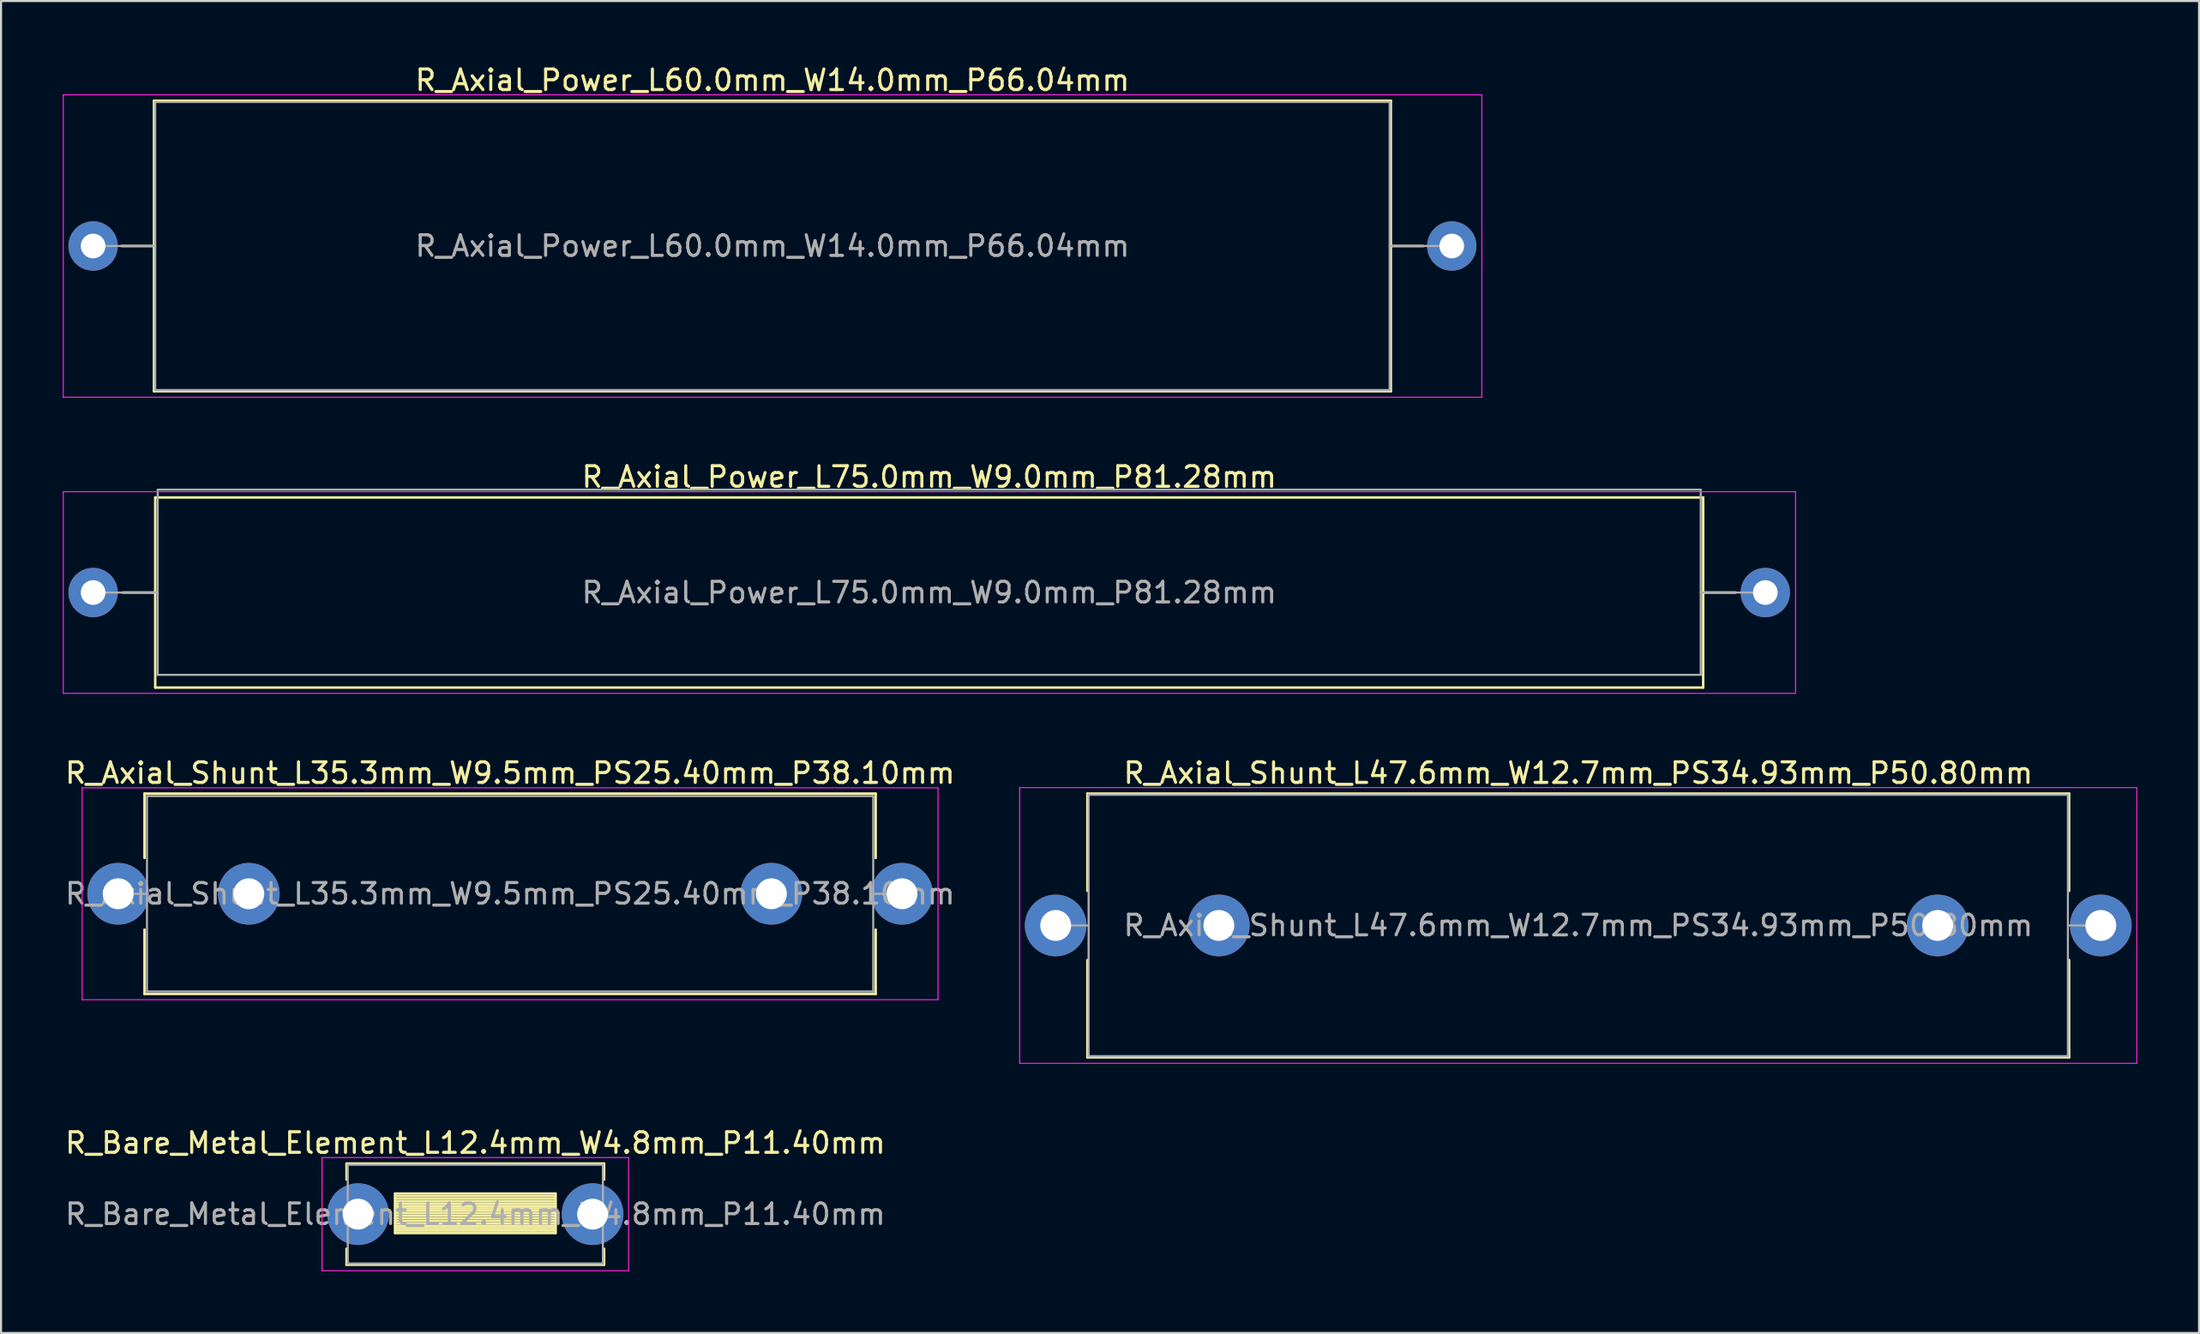
<source format=kicad_pcb>
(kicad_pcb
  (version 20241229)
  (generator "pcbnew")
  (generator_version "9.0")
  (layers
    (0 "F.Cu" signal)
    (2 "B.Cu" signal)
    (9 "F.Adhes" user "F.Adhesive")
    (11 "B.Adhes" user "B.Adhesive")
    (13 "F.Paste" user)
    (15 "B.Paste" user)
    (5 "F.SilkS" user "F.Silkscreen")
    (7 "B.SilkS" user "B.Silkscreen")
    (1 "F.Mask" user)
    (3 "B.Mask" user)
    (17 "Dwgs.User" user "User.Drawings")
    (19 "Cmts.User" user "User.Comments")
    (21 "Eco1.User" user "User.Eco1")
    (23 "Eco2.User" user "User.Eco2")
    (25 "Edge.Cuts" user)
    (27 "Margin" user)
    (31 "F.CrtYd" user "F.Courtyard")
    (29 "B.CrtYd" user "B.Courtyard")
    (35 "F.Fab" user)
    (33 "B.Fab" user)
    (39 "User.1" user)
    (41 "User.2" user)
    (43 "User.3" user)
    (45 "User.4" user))
  (footprint "R_Axial_Power_L60.0mm_W14.0mm_P66.04mm"
    (layer "F.Cu")
    (at 1.475 8.908)
    (property "Reference" "R_Axial_Power_L60.0mm_W14.0mm_P66.04mm" (at 33.02 -8.06 0) (layer "F.SilkS") (effects (font (size 1 1) (thickness 0.15))))
    (attr through_hole)
    (fp_line (start 1.38 0) (end 2.96 0) (stroke (width 0.12) (type solid)) (layer "F.SilkS"))
    (fp_line (start 2.96 -7.06) (end 2.96 7.06) (stroke (width 0.12) (type solid)) (layer "F.SilkS"))
    (fp_line (start 2.96 7.06) (end 63.08 7.06) (stroke (width 0.12) (type solid)) (layer "F.SilkS"))
    (fp_line (start 63.08 -7.06) (end 2.96 -7.06) (stroke (width 0.12) (type solid)) (layer "F.SilkS"))
    (fp_line (start 63.08 7.06) (end 63.08 -7.06) (stroke (width 0.12) (type solid)) (layer "F.SilkS"))
    (fp_line (start 64.66 0) (end 63.08 0) (stroke (width 0.12) (type solid)) (layer "F.SilkS"))
    (fp_line (start -1.45 -7.35) (end -1.45 7.35) (stroke (width 0.05) (type solid)) (layer "F.CrtYd"))
    (fp_line (start -1.45 7.35) (end 67.5 7.35) (stroke (width 0.05) (type solid)) (layer "F.CrtYd"))
    (fp_line (start 67.5 -7.35) (end -1.45 -7.35) (stroke (width 0.05) (type solid)) (layer "F.CrtYd"))
    (fp_line (start 67.5 7.35) (end 67.5 -7.35) (stroke (width 0.05) (type solid)) (layer "F.CrtYd"))
    (fp_line (start 0 0) (end 3.02 0) (stroke (width 0.1) (type solid)) (layer "F.Fab"))
    (fp_line (start 3.02 -7) (end 3.02 7) (stroke (width 0.1) (type solid)) (layer "F.Fab"))
    (fp_line (start 3.02 7) (end 63.02 7) (stroke (width 0.1) (type solid)) (layer "F.Fab"))
    (fp_line (start 63.02 -7) (end 3.02 -7) (stroke (width 0.1) (type solid)) (layer "F.Fab"))
    (fp_line (start 63.02 7) (end 63.02 -7) (stroke (width 0.1) (type solid)) (layer "F.Fab"))
    (fp_line (start 66.04 0) (end 63.02 0) (stroke (width 0.1) (type solid)) (layer "F.Fab"))
    (fp_text user "${REFERENCE}" (at 33.02 0 0) (layer "F.Fab") (effects (font (size 1 1) (thickness 0.15))))
    (pad "1" thru_hole circle (at 0 0) (size 2.4 2.4) (drill 1.2) (layers "*.Cu" "*.Mask"))
    (pad "2" thru_hole oval (at 66.04 0) (size 2.4 2.4) (drill 1.2) (layers "*.Cu" "*.Mask")))
  (footprint "R_Bare_Metal_Element_L12.4mm_W4.8mm_P11.40mm"
    (layer "F.Cu")
    (at 14.354 55.968)
    (property "Reference" "R_Bare_Metal_Element_L12.4mm_W4.8mm_P11.40mm" (at 5.7 -3.46 0) (layer "F.SilkS") (effects (font (size 1 1) (thickness 0.15))))
    (attr through_hole)
    (fp_line (start -0.56 -2.46) (end 11.96 -2.46) (stroke (width 0.12) (type solid)) (layer "F.SilkS"))
    (fp_line (start -0.56 -1.68) (end -0.56 -2.46) (stroke (width 0.12) (type solid)) (layer "F.SilkS"))
    (fp_line (start -0.56 1.68) (end -0.56 2.46) (stroke (width 0.12) (type solid)) (layer "F.SilkS"))
    (fp_line (start -0.56 2.46) (end 11.96 2.46) (stroke (width 0.12) (type solid)) (layer "F.SilkS"))
    (fp_line (start 1.8 -1) (end 1.8 0.92) (stroke (width 0.12) (type solid)) (layer "F.SilkS"))
    (fp_line (start 1.8 -1) (end 9.6 -1) (stroke (width 0.12) (type solid)) (layer "F.SilkS"))
    (fp_line (start 1.8 -0.88) (end 9.6 -0.88) (stroke (width 0.12) (type solid)) (layer "F.SilkS"))
    (fp_line (start 1.8 -0.76) (end 9.6 -0.76) (stroke (width 0.12) (type solid)) (layer "F.SilkS"))
    (fp_line (start 1.8 -0.64) (end 9.6 -0.64) (stroke (width 0.12) (type solid)) (layer "F.SilkS"))
    (fp_line (start 1.8 -0.52) (end 9.6 -0.52) (stroke (width 0.12) (type solid)) (layer "F.SilkS"))
    (fp_line (start 1.8 -0.4) (end 9.6 -0.4) (stroke (width 0.12) (type solid)) (layer "F.SilkS"))
    (fp_line (start 1.8 -0.28) (end 9.6 -0.28) (stroke (width 0.12) (type solid)) (layer "F.SilkS"))
    (fp_line (start 1.8 -0.16) (end 9.6 -0.16) (stroke (width 0.12) (type solid)) (layer "F.SilkS"))
    (fp_line (start 1.8 -0.04) (end 9.6 -0.04) (stroke (width 0.12) (type solid)) (layer "F.SilkS"))
    (fp_line (start 1.8 0.08) (end 9.6 0.08) (stroke (width 0.12) (type solid)) (layer "F.SilkS"))
    (fp_line (start 1.8 0.2) (end 9.6 0.2) (stroke (width 0.12) (type solid)) (layer "F.SilkS"))
    (fp_line (start 1.8 0.32) (end 9.6 0.32) (stroke (width 0.12) (type solid)) (layer "F.SilkS"))
    (fp_line (start 1.8 0.44) (end 9.6 0.44) (stroke (width 0.12) (type solid)) (layer "F.SilkS"))
    (fp_line (start 1.8 0.56) (end 9.6 0.56) (stroke (width 0.12) (type solid)) (layer "F.SilkS"))
    (fp_line (start 1.8 0.68) (end 9.6 0.68) (stroke (width 0.12) (type solid)) (layer "F.SilkS"))
    (fp_line (start 1.8 0.8) (end 9.6 0.8) (stroke (width 0.12) (type solid)) (layer "F.SilkS"))
    (fp_line (start 1.8 0.92) (end 9.6 0.92) (stroke (width 0.12) (type solid)) (layer "F.SilkS"))
    (fp_line (start 9.6 -1) (end 9.6 0.92) (stroke (width 0.12) (type solid)) (layer "F.SilkS"))
    (fp_line (start 11.96 -2.46) (end 11.96 -1.68) (stroke (width 0.12) (type solid)) (layer "F.SilkS"))
    (fp_line (start 11.96 2.46) (end 11.96 1.68) (stroke (width 0.12) (type solid)) (layer "F.SilkS"))
    (fp_line (start -1.75 -2.75) (end -1.75 2.75) (stroke (width 0.05) (type solid)) (layer "F.CrtYd"))
    (fp_line (start -1.75 2.75) (end 13.15 2.75) (stroke (width 0.05) (type solid)) (layer "F.CrtYd"))
    (fp_line (start 13.15 -2.75) (end -1.75 -2.75) (stroke (width 0.05) (type solid)) (layer "F.CrtYd"))
    (fp_line (start 13.15 2.75) (end 13.15 -2.75) (stroke (width 0.05) (type solid)) (layer "F.CrtYd"))
    (fp_line (start -0.5 -2.4) (end -0.5 2.4) (stroke (width 0.1) (type solid)) (layer "F.Fab"))
    (fp_line (start -0.5 2.4) (end 11.9 2.4) (stroke (width 0.1) (type solid)) (layer "F.Fab"))
    (fp_line (start 11.9 -2.4) (end -0.5 -2.4) (stroke (width 0.1) (type solid)) (layer "F.Fab"))
    (fp_line (start 11.9 2.4) (end 11.9 -2.4) (stroke (width 0.1) (type solid)) (layer "F.Fab"))
    (fp_text user "${REFERENCE}" (at 5.7 0 0) (layer "F.Fab") (effects (font (size 1 1) (thickness 0.15))))
    (pad "1" thru_hole circle (at 0 0) (size 3 3) (drill 1.5) (layers "*.Cu" "*.Mask"))
    (pad "2" thru_hole oval (at 11.4 0) (size 3 3) (drill 1.5) (layers "*.Cu" "*.Mask")))
  (footprint "R_Axial_Shunt_L35.3mm_W9.5mm_PS25.40mm_P38.10mm"
    (layer "F.Cu")
    (at 2.694 40.395)
    (property "Reference" "R_Axial_Shunt_L35.3mm_W9.5mm_PS25.40mm_P38.10mm" (at 19.05 -5.87 0) (layer "F.SilkS") (effects (font (size 1 1) (thickness 0.15))))
    (attr through_hole)
    (fp_line (start 1.28 -4.87) (end 36.82 -4.87) (stroke (width 0.12) (type solid)) (layer "F.SilkS"))
    (fp_line (start 1.28 -1.74) (end 1.28 -4.87) (stroke (width 0.12) (type solid)) (layer "F.SilkS"))
    (fp_line (start 1.28 1.74) (end 1.28 4.87) (stroke (width 0.12) (type solid)) (layer "F.SilkS"))
    (fp_line (start 1.28 4.87) (end 36.82 4.87) (stroke (width 0.12) (type solid)) (layer "F.SilkS"))
    (fp_line (start 36.82 -4.87) (end 36.82 -1.74) (stroke (width 0.12) (type solid)) (layer "F.SilkS"))
    (fp_line (start 36.82 4.87) (end 36.82 1.74) (stroke (width 0.12) (type solid)) (layer "F.SilkS"))
    (fp_line (start -1.75 -5.15) (end -1.75 5.15) (stroke (width 0.05) (type solid)) (layer "F.CrtYd"))
    (fp_line (start -1.75 5.15) (end 39.85 5.15) (stroke (width 0.05) (type solid)) (layer "F.CrtYd"))
    (fp_line (start 39.85 -5.15) (end -1.75 -5.15) (stroke (width 0.05) (type solid)) (layer "F.CrtYd"))
    (fp_line (start 39.85 5.15) (end 39.85 -5.15) (stroke (width 0.05) (type solid)) (layer "F.CrtYd"))
    (fp_line (start 0 0) (end 1.4 0) (stroke (width 0.1) (type solid)) (layer "F.Fab"))
    (fp_line (start 1.4 -4.75) (end 1.4 4.75) (stroke (width 0.1) (type solid)) (layer "F.Fab"))
    (fp_line (start 1.4 4.75) (end 36.7 4.75) (stroke (width 0.1) (type solid)) (layer "F.Fab"))
    (fp_line (start 36.7 -4.75) (end 1.4 -4.75) (stroke (width 0.1) (type solid)) (layer "F.Fab"))
    (fp_line (start 36.7 4.75) (end 36.7 -4.75) (stroke (width 0.1) (type solid)) (layer "F.Fab"))
    (fp_line (start 38.1 0) (end 36.7 0) (stroke (width 0.1) (type solid)) (layer "F.Fab"))
    (fp_text user "${REFERENCE}" (at 19.05 0 0) (layer "F.Fab") (effects (font (size 1 1) (thickness 0.15))))
    (pad "1" thru_hole circle (at 0 0) (size 3 3) (drill 1.5) (layers "*.Cu" "*.Mask"))
    (pad "2" thru_hole oval (at 6.35 0) (size 3 3) (drill 1.5) (layers "*.Cu" "*.Mask"))
    (pad "3" thru_hole oval (at 31.75 0) (size 3 3) (drill 1.5) (layers "*.Cu" "*.Mask"))
    (pad "4" thru_hole oval (at 38.1 0) (size 3 3) (drill 1.5) (layers "*.Cu" "*.Mask")))
  (footprint "R_Axial_Power_L75.0mm_W9.0mm_P81.28mm"
    (layer "F.Cu")
    (at 1.475 25.752)
    (property "Reference" "R_Axial_Power_L75.0mm_W9.0mm_P81.28mm" (at 40.64 -5.62 0) (layer "F.SilkS") (effects (font (size 1 1) (thickness 0.15))))
    (attr through_hole)
    (fp_line (start 1.44 0) (end 3.02 0) (stroke (width 0.12) (type solid)) (layer "F.SilkS"))
    (fp_line (start 3.02 -4.62) (end 3.02 4.62) (stroke (width 0.12) (type solid)) (layer "F.SilkS"))
    (fp_line (start 3.02 4.62) (end 78.26 4.62) (stroke (width 0.12) (type solid)) (layer "F.SilkS"))
    (fp_line (start 78.26 -4.62) (end 3.02 -4.62) (stroke (width 0.12) (type solid)) (layer "F.SilkS"))
    (fp_line (start 78.26 4.62) (end 78.26 -4.62) (stroke (width 0.12) (type solid)) (layer "F.SilkS"))
    (fp_line (start 79.84 0) (end 78.26 0) (stroke (width 0.12) (type solid)) (layer "F.SilkS"))
    (fp_line (start -1.45 -4.9) (end -1.45 4.9) (stroke (width 0.05) (type solid)) (layer "F.CrtYd"))
    (fp_line (start -1.45 4.9) (end 82.75 4.9) (stroke (width 0.05) (type solid)) (layer "F.CrtYd"))
    (fp_line (start 82.75 -4.9) (end -1.45 -4.9) (stroke (width 0.05) (type solid)) (layer "F.CrtYd"))
    (fp_line (start 82.75 4.9) (end 82.75 -4.9) (stroke (width 0.05) (type solid)) (layer "F.CrtYd"))
    (fp_line (start 0 0) (end 3.14 0) (stroke (width 0.1) (type solid)) (layer "F.Fab"))
    (fp_line (start 3.14 -5) (end 3.14 4) (stroke (width 0.1) (type solid)) (layer "F.Fab"))
    (fp_line (start 3.14 4) (end 78.14 4) (stroke (width 0.1) (type solid)) (layer "F.Fab"))
    (fp_line (start 78.14 -5) (end 3.14 -5) (stroke (width 0.1) (type solid)) (layer "F.Fab"))
    (fp_line (start 78.14 4) (end 78.14 -5) (stroke (width 0.1) (type solid)) (layer "F.Fab"))
    (fp_line (start 81.28 0) (end 78.14 0) (stroke (width 0.1) (type solid)) (layer "F.Fab"))
    (fp_text user "${REFERENCE}" (at 40.64 0 0) (layer "F.Fab") (effects (font (size 1 1) (thickness 0.15))))
    (pad "1" thru_hole circle (at 0 0) (size 2.4 2.4) (drill 1.2) (layers "*.Cu" "*.Mask"))
    (pad "2" thru_hole oval (at 81.28 0) (size 2.4 2.4) (drill 1.2) (layers "*.Cu" "*.Mask")))
  (footprint "R_Axial_Shunt_L47.6mm_W12.7mm_PS34.93mm_P50.80mm"
    (layer "F.Cu")
    (at 48.263 41.935)
    (property "Reference" "R_Axial_Shunt_L47.6mm_W12.7mm_PS34.93mm_P50.80mm" (at 25.4 -7.41 0) (layer "F.SilkS") (effects (font (size 1 1) (thickness 0.15))))
    (attr through_hole)
    (fp_line (start 1.54 -6.41) (end 49.26 -6.41) (stroke (width 0.12) (type solid)) (layer "F.SilkS"))
    (fp_line (start 1.54 -1.68) (end 1.54 -6.41) (stroke (width 0.12) (type solid)) (layer "F.SilkS"))
    (fp_line (start 1.54 1.68) (end 1.54 6.41) (stroke (width 0.12) (type solid)) (layer "F.SilkS"))
    (fp_line (start 1.54 6.41) (end 49.26 6.41) (stroke (width 0.12) (type solid)) (layer "F.SilkS"))
    (fp_line (start 49.26 -6.41) (end 49.26 -1.68) (stroke (width 0.12) (type solid)) (layer "F.SilkS"))
    (fp_line (start 49.26 6.41) (end 49.26 1.68) (stroke (width 0.12) (type solid)) (layer "F.SilkS"))
    (fp_line (start -1.75 -6.7) (end -1.75 6.7) (stroke (width 0.05) (type solid)) (layer "F.CrtYd"))
    (fp_line (start -1.75 6.7) (end 52.55 6.7) (stroke (width 0.05) (type solid)) (layer "F.CrtYd"))
    (fp_line (start 52.55 -6.7) (end -1.75 -6.7) (stroke (width 0.05) (type solid)) (layer "F.CrtYd"))
    (fp_line (start 52.55 6.7) (end 52.55 -6.7) (stroke (width 0.05) (type solid)) (layer "F.CrtYd"))
    (fp_line (start 0 0) (end 1.6 0) (stroke (width 0.1) (type solid)) (layer "F.Fab"))
    (fp_line (start 1.6 -6.35) (end 1.6 6.35) (stroke (width 0.1) (type solid)) (layer "F.Fab"))
    (fp_line (start 1.6 6.35) (end 49.2 6.35) (stroke (width 0.1) (type solid)) (layer "F.Fab"))
    (fp_line (start 49.2 -6.35) (end 1.6 -6.35) (stroke (width 0.1) (type solid)) (layer "F.Fab"))
    (fp_line (start 49.2 6.35) (end 49.2 -6.35) (stroke (width 0.1) (type solid)) (layer "F.Fab"))
    (fp_line (start 50.8 0) (end 49.2 0) (stroke (width 0.1) (type solid)) (layer "F.Fab"))
    (fp_text user "${REFERENCE}" (at 25.4 0 0) (layer "F.Fab") (effects (font (size 1 1) (thickness 0.15))))
    (pad "1" thru_hole circle (at 0 0) (size 3 3) (drill 1.5) (layers "*.Cu" "*.Mask"))
    (pad "2" thru_hole oval (at 7.93 0) (size 3 3) (drill 1.5) (layers "*.Cu" "*.Mask"))
    (pad "3" thru_hole oval (at 42.87 0) (size 3 3) (drill 1.5) (layers "*.Cu" "*.Mask"))
    (pad "4" thru_hole oval (at 50.8 0) (size 3 3) (drill 1.5) (layers "*.Cu" "*.Mask")))
  (gr_rect
    (start -3 -3)
    (end 103.838 61.743)
    (stroke (width 0.1) (type default))
    (fill no)
    (layer "Edge.Cuts")))
</source>
